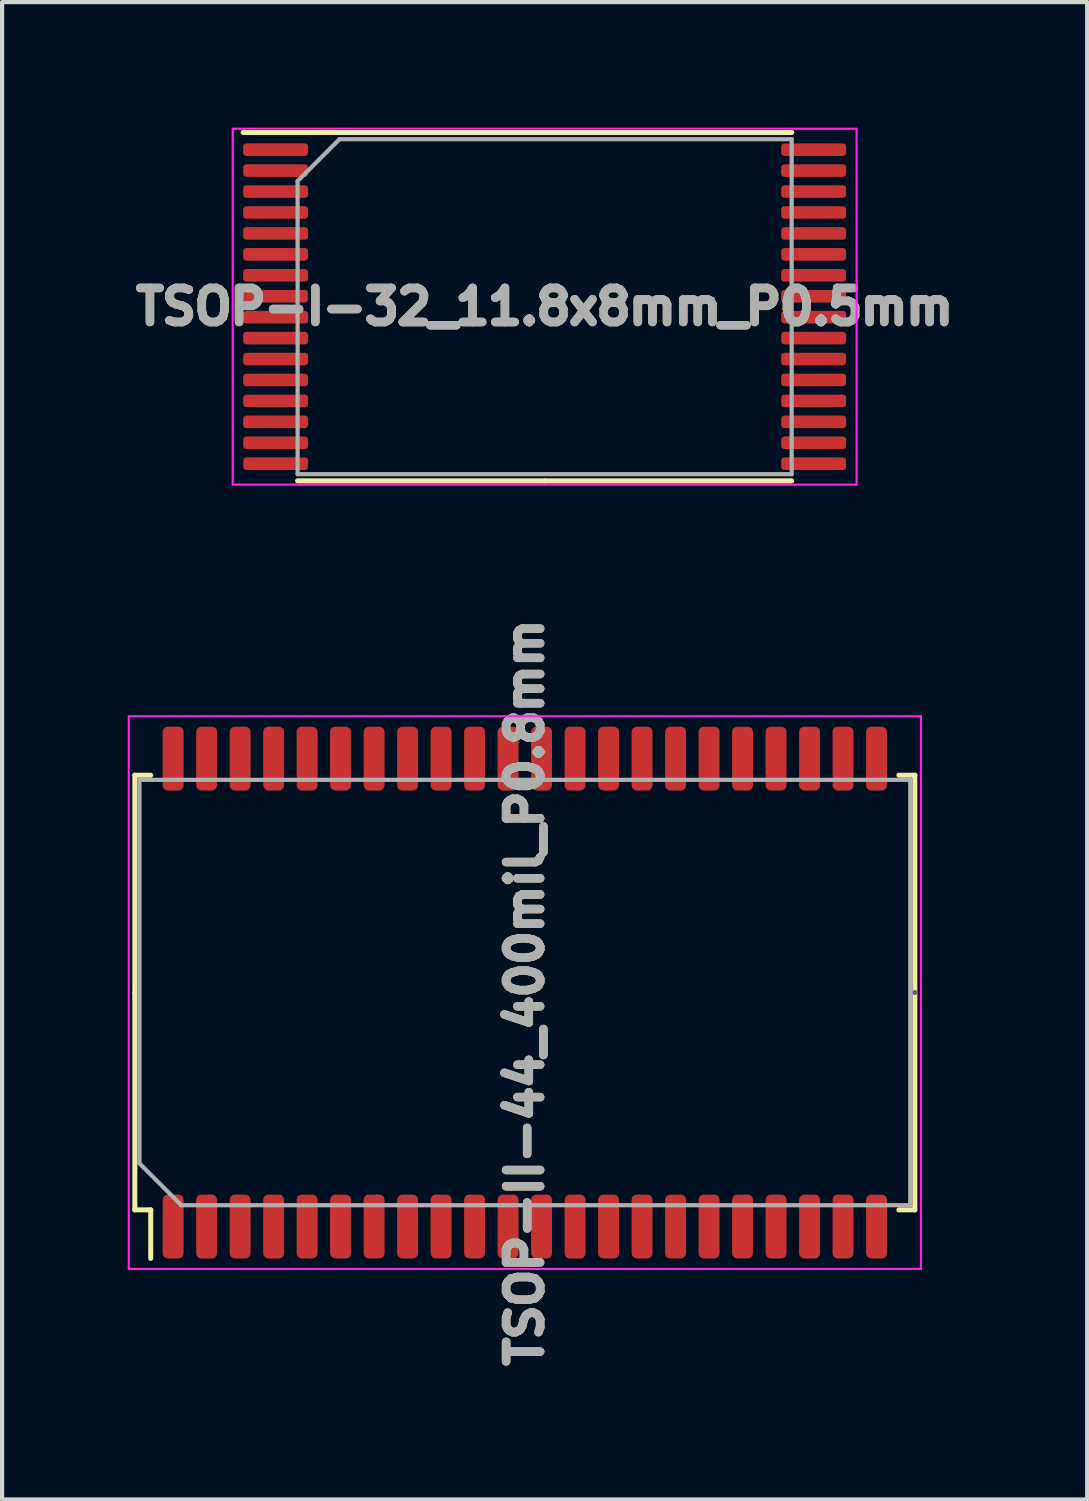
<source format=kicad_pcb>
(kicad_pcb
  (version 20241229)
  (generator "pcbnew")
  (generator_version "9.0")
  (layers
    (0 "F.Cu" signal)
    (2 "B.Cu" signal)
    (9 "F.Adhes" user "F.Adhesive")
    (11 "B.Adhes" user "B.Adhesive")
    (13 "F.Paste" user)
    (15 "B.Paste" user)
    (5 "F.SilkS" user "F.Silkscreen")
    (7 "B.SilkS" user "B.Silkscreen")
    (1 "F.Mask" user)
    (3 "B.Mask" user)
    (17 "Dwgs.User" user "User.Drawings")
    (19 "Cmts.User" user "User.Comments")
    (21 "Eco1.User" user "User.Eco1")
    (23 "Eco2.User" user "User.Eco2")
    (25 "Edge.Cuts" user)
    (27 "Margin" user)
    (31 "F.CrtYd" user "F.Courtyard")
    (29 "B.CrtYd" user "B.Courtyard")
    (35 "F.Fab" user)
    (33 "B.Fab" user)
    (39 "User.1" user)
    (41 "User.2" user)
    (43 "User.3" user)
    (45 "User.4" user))
  (footprint "TSOP-II-44_400mil_P0.8mm"
    (layer "F.Cu")
    (at 9.485 20.656)
    (property "Reference" "TSOP-II-44_400mil_P0.8mm" (at 0 0 90) (layer "F.Fab") (effects (font (size 0.813 0.813) (thickness 0.203))))
    (attr smd)
    (fp_line (start -9.315 -5.19) (end -8.935 -5.19) (stroke (width 0.12) (type solid)) (layer "F.SilkS"))
    (fp_line (start -9.315 0) (end -9.315 -5.19) (stroke (width 0.12) (type solid)) (layer "F.SilkS"))
    (fp_line (start -9.315 0) (end -9.315 5.19) (stroke (width 0.12) (type solid)) (layer "F.SilkS"))
    (fp_line (start -9.315 5.19) (end -8.935 5.19) (stroke (width 0.12) (type solid)) (layer "F.SilkS"))
    (fp_line (start -8.935 5.19) (end -8.935 6.35) (stroke (width 0.12) (type solid)) (layer "F.SilkS"))
    (fp_line (start 9.315 -5.19) (end 8.935 -5.19) (stroke (width 0.12) (type solid)) (layer "F.SilkS"))
    (fp_line (start 9.315 0) (end 9.315 -5.19) (stroke (width 0.12) (type solid)) (layer "F.SilkS"))
    (fp_line (start 9.315 0) (end 9.315 5.19) (stroke (width 0.12) (type solid)) (layer "F.SilkS"))
    (fp_line (start 9.315 5.19) (end 8.935 5.19) (stroke (width 0.12) (type solid)) (layer "F.SilkS"))
    (fp_line (start -9.46 -6.6) (end -9.46 6.6) (stroke (width 0.05) (type solid)) (layer "F.CrtYd"))
    (fp_line (start -9.46 6.6) (end 9.46 6.6) (stroke (width 0.05) (type solid)) (layer "F.CrtYd"))
    (fp_line (start 9.46 -6.6) (end -9.46 -6.6) (stroke (width 0.05) (type solid)) (layer "F.CrtYd"))
    (fp_line (start 9.46 6.6) (end 9.46 -6.6) (stroke (width 0.05) (type solid)) (layer "F.CrtYd"))
    (fp_line (start 9.315 0) (end 9.315 0) (stroke (width 0.12) (type solid)) (layer "B.Fab"))
    (fp_line (start -9.205 -5.08) (end 9.205 -5.08) (stroke (width 0.1) (type solid)) (layer "F.Fab"))
    (fp_line (start -9.205 4.08) (end -9.205 -5.08) (stroke (width 0.1) (type solid)) (layer "F.Fab"))
    (fp_line (start -8.205 5.08) (end -9.205 4.08) (stroke (width 0.1) (type solid)) (layer "F.Fab"))
    (fp_line (start 9.205 -5.08) (end 9.205 5.08) (stroke (width 0.1) (type solid)) (layer "F.Fab"))
    (fp_line (start 9.205 5.08) (end -8.205 5.08) (stroke (width 0.1) (type solid)) (layer "F.Fab"))
    (fp_text user "${REFERENCE}" (at 0 0 90) (layer "F.SilkS") (effects (font (size 0.813 0.813) (thickness 0.203))))
    (pad "1" smd roundrect (at -8.4 5.588 90) (size 1.525 0.5) (layers "F.Cu" "F.Mask" "F.Paste") (roundrect_rratio 0.25))
    (pad "2" smd roundrect (at -7.6 5.588 90) (size 1.525 0.5) (layers "F.Cu" "F.Mask" "F.Paste") (roundrect_rratio 0.25))
    (pad "3" smd roundrect (at -6.8 5.588 90) (size 1.525 0.5) (layers "F.Cu" "F.Mask" "F.Paste") (roundrect_rratio 0.25))
    (pad "4" smd roundrect (at -6 5.588 90) (size 1.525 0.5) (layers "F.Cu" "F.Mask" "F.Paste") (roundrect_rratio 0.25))
    (pad "5" smd roundrect (at -5.2 5.588 90) (size 1.525 0.5) (layers "F.Cu" "F.Mask" "F.Paste") (roundrect_rratio 0.25))
    (pad "6" smd roundrect (at -4.4 5.588 90) (size 1.525 0.5) (layers "F.Cu" "F.Mask" "F.Paste") (roundrect_rratio 0.25))
    (pad "7" smd roundrect (at -3.6 5.588 90) (size 1.525 0.5) (layers "F.Cu" "F.Mask" "F.Paste") (roundrect_rratio 0.25))
    (pad "8" smd roundrect (at -2.8 5.588 90) (size 1.525 0.5) (layers "F.Cu" "F.Mask" "F.Paste") (roundrect_rratio 0.25))
    (pad "9" smd roundrect (at -2 5.588 90) (size 1.525 0.5) (layers "F.Cu" "F.Mask" "F.Paste") (roundrect_rratio 0.25))
    (pad "10" smd roundrect (at -1.2 5.588 90) (size 1.525 0.5) (layers "F.Cu" "F.Mask" "F.Paste") (roundrect_rratio 0.25))
    (pad "11" smd roundrect (at -0.4 5.588 90) (size 1.525 0.5) (layers "F.Cu" "F.Mask" "F.Paste") (roundrect_rratio 0.25))
    (pad "12" smd roundrect (at 0.4 5.588 90) (size 1.525 0.5) (layers "F.Cu" "F.Mask" "F.Paste") (roundrect_rratio 0.25))
    (pad "13" smd roundrect (at 1.2 5.588 90) (size 1.525 0.5) (layers "F.Cu" "F.Mask" "F.Paste") (roundrect_rratio 0.25))
    (pad "14" smd roundrect (at 2 5.588 90) (size 1.525 0.5) (layers "F.Cu" "F.Mask" "F.Paste") (roundrect_rratio 0.25))
    (pad "15" smd roundrect (at 2.8 5.588 90) (size 1.525 0.5) (layers "F.Cu" "F.Mask" "F.Paste") (roundrect_rratio 0.25))
    (pad "16" smd roundrect (at 3.6 5.588 90) (size 1.525 0.5) (layers "F.Cu" "F.Mask" "F.Paste") (roundrect_rratio 0.25))
    (pad "17" smd roundrect (at 4.4 5.588 90) (size 1.525 0.5) (layers "F.Cu" "F.Mask" "F.Paste") (roundrect_rratio 0.25))
    (pad "18" smd roundrect (at 5.2 5.588 90) (size 1.525 0.5) (layers "F.Cu" "F.Mask" "F.Paste") (roundrect_rratio 0.25))
    (pad "19" smd roundrect (at 6 5.588 90) (size 1.525 0.5) (layers "F.Cu" "F.Mask" "F.Paste") (roundrect_rratio 0.25))
    (pad "20" smd roundrect (at 6.8 5.588 90) (size 1.525 0.5) (layers "F.Cu" "F.Mask" "F.Paste") (roundrect_rratio 0.25))
    (pad "21" smd roundrect (at 7.6 5.588 90) (size 1.525 0.5) (layers "F.Cu" "F.Mask" "F.Paste") (roundrect_rratio 0.25))
    (pad "22" smd roundrect (at 8.4 5.588 90) (size 1.525 0.5) (layers "F.Cu" "F.Mask" "F.Paste") (roundrect_rratio 0.25))
    (pad "23" smd roundrect (at 8.4 -5.588 90) (size 1.525 0.5) (layers "F.Cu" "F.Mask" "F.Paste") (roundrect_rratio 0.25))
    (pad "24" smd roundrect (at 7.6 -5.588 90) (size 1.525 0.5) (layers "F.Cu" "F.Mask" "F.Paste") (roundrect_rratio 0.25))
    (pad "25" smd roundrect (at 6.8 -5.588 90) (size 1.525 0.5) (layers "F.Cu" "F.Mask" "F.Paste") (roundrect_rratio 0.25))
    (pad "26" smd roundrect (at 6 -5.588 90) (size 1.525 0.5) (layers "F.Cu" "F.Mask" "F.Paste") (roundrect_rratio 0.25))
    (pad "27" smd roundrect (at 5.2 -5.588 90) (size 1.525 0.5) (layers "F.Cu" "F.Mask" "F.Paste") (roundrect_rratio 0.25))
    (pad "28" smd roundrect (at 4.4 -5.588 90) (size 1.525 0.5) (layers "F.Cu" "F.Mask" "F.Paste") (roundrect_rratio 0.25))
    (pad "29" smd roundrect (at 3.6 -5.588 90) (size 1.525 0.5) (layers "F.Cu" "F.Mask" "F.Paste") (roundrect_rratio 0.25))
    (pad "30" smd roundrect (at 2.8 -5.588 90) (size 1.525 0.5) (layers "F.Cu" "F.Mask" "F.Paste") (roundrect_rratio 0.25))
    (pad "31" smd roundrect (at 2 -5.588 90) (size 1.525 0.5) (layers "F.Cu" "F.Mask" "F.Paste") (roundrect_rratio 0.25))
    (pad "32" smd roundrect (at 1.2 -5.588 90) (size 1.525 0.5) (layers "F.Cu" "F.Mask" "F.Paste") (roundrect_rratio 0.25))
    (pad "33" smd roundrect (at 0.4 -5.588 90) (size 1.525 0.5) (layers "F.Cu" "F.Mask" "F.Paste") (roundrect_rratio 0.25))
    (pad "34" smd roundrect (at -0.4 -5.588 90) (size 1.525 0.5) (layers "F.Cu" "F.Mask" "F.Paste") (roundrect_rratio 0.25))
    (pad "35" smd roundrect (at -1.2 -5.588 90) (size 1.525 0.5) (layers "F.Cu" "F.Mask" "F.Paste") (roundrect_rratio 0.25))
    (pad "36" smd roundrect (at -2 -5.588 90) (size 1.525 0.5) (layers "F.Cu" "F.Mask" "F.Paste") (roundrect_rratio 0.25))
    (pad "37" smd roundrect (at -2.8 -5.588 90) (size 1.525 0.5) (layers "F.Cu" "F.Mask" "F.Paste") (roundrect_rratio 0.25))
    (pad "38" smd roundrect (at -3.6 -5.588 90) (size 1.525 0.5) (layers "F.Cu" "F.Mask" "F.Paste") (roundrect_rratio 0.25))
    (pad "39" smd roundrect (at -4.4 -5.588 90) (size 1.525 0.5) (layers "F.Cu" "F.Mask" "F.Paste") (roundrect_rratio 0.25))
    (pad "40" smd roundrect (at -5.2 -5.588 90) (size 1.525 0.5) (layers "F.Cu" "F.Mask" "F.Paste") (roundrect_rratio 0.25))
    (pad "41" smd roundrect (at -6 -5.588 90) (size 1.525 0.5) (layers "F.Cu" "F.Mask" "F.Paste") (roundrect_rratio 0.25))
    (pad "42" smd roundrect (at -6.8 -5.588 90) (size 1.525 0.5) (layers "F.Cu" "F.Mask" "F.Paste") (roundrect_rratio 0.25))
    (pad "43" smd roundrect (at -7.6 -5.588 90) (size 1.525 0.5) (layers "F.Cu" "F.Mask" "F.Paste") (roundrect_rratio 0.25))
    (pad "44" smd roundrect (at -8.4 -5.588 90) (size 1.525 0.5) (layers "F.Cu" "F.Mask" "F.Paste") (roundrect_rratio 0.25)))
  (footprint "TSOP-I-32_11.8x8mm_P0.5mm"
    (layer "F.Cu")
    (at 9.958 4.275)
    (property "Reference" "TSOP-I-32_11.8x8mm_P0.5mm" (at 0 0 0) (layer "F.Fab") (effects (font (size 0.813 0.813) (thickness 0.203))))
    (attr smd)
    (fp_line (start 0 -4.16) (end -7.2 -4.16) (stroke (width 0.12) (type solid)) (layer "F.SilkS"))
    (fp_line (start 0 -4.16) (end 5.9 -4.16) (stroke (width 0.12) (type solid)) (layer "F.SilkS"))
    (fp_line (start 0 4.16) (end -5.9 4.16) (stroke (width 0.12) (type solid)) (layer "F.SilkS"))
    (fp_line (start 0 4.16) (end 5.9 4.16) (stroke (width 0.12) (type solid)) (layer "F.SilkS"))
    (fp_line (start -7.45 -4.25) (end -7.45 4.25) (stroke (width 0.05) (type solid)) (layer "F.CrtYd"))
    (fp_line (start -7.45 4.25) (end 7.45 4.25) (stroke (width 0.05) (type solid)) (layer "F.CrtYd"))
    (fp_line (start 7.45 -4.25) (end -7.45 -4.25) (stroke (width 0.05) (type solid)) (layer "F.CrtYd"))
    (fp_line (start 7.45 4.25) (end 7.45 -4.25) (stroke (width 0.05) (type solid)) (layer "F.CrtYd"))
    (fp_line (start -5.9 -3) (end -4.9 -4) (stroke (width 0.1) (type solid)) (layer "F.Fab"))
    (fp_line (start -5.9 4) (end -5.9 -3) (stroke (width 0.1) (type solid)) (layer "F.Fab"))
    (fp_line (start -4.9 -4) (end 5.9 -4) (stroke (width 0.1) (type solid)) (layer "F.Fab"))
    (fp_line (start 5.9 -4) (end 5.9 4) (stroke (width 0.1) (type solid)) (layer "F.Fab"))
    (fp_line (start 5.9 4) (end -5.9 4) (stroke (width 0.1) (type solid)) (layer "F.Fab"))
    (fp_text user "${REFERENCE}" (at 0 0 0) (layer "F.SilkS") (effects (font (size 0.813 0.813) (thickness 0.203))))
    (pad "1" smd roundrect (at -6.425 -3.75) (size 1.55 0.3) (layers "F.Cu" "F.Mask" "F.Paste") (roundrect_rratio 0.25))
    (pad "2" smd roundrect (at -6.425 -3.25) (size 1.55 0.3) (layers "F.Cu" "F.Mask" "F.Paste") (roundrect_rratio 0.25))
    (pad "3" smd roundrect (at -6.425 -2.75) (size 1.55 0.3) (layers "F.Cu" "F.Mask" "F.Paste") (roundrect_rratio 0.25))
    (pad "4" smd roundrect (at -6.425 -2.25) (size 1.55 0.3) (layers "F.Cu" "F.Mask" "F.Paste") (roundrect_rratio 0.25))
    (pad "5" smd roundrect (at -6.425 -1.75) (size 1.55 0.3) (layers "F.Cu" "F.Mask" "F.Paste") (roundrect_rratio 0.25))
    (pad "6" smd roundrect (at -6.425 -1.25) (size 1.55 0.3) (layers "F.Cu" "F.Mask" "F.Paste") (roundrect_rratio 0.25))
    (pad "7" smd roundrect (at -6.425 -0.75) (size 1.55 0.3) (layers "F.Cu" "F.Mask" "F.Paste") (roundrect_rratio 0.25))
    (pad "8" smd roundrect (at -6.425 -0.25) (size 1.55 0.3) (layers "F.Cu" "F.Mask" "F.Paste") (roundrect_rratio 0.25))
    (pad "9" smd roundrect (at -6.425 0.25) (size 1.55 0.3) (layers "F.Cu" "F.Mask" "F.Paste") (roundrect_rratio 0.25))
    (pad "10" smd roundrect (at -6.425 0.75) (size 1.55 0.3) (layers "F.Cu" "F.Mask" "F.Paste") (roundrect_rratio 0.25))
    (pad "11" smd roundrect (at -6.425 1.25) (size 1.55 0.3) (layers "F.Cu" "F.Mask" "F.Paste") (roundrect_rratio 0.25))
    (pad "12" smd roundrect (at -6.425 1.75) (size 1.55 0.3) (layers "F.Cu" "F.Mask" "F.Paste") (roundrect_rratio 0.25))
    (pad "13" smd roundrect (at -6.425 2.25) (size 1.55 0.3) (layers "F.Cu" "F.Mask" "F.Paste") (roundrect_rratio 0.25))
    (pad "14" smd roundrect (at -6.425 2.75) (size 1.55 0.3) (layers "F.Cu" "F.Mask" "F.Paste") (roundrect_rratio 0.25))
    (pad "15" smd roundrect (at -6.425 3.25) (size 1.55 0.3) (layers "F.Cu" "F.Mask" "F.Paste") (roundrect_rratio 0.25))
    (pad "16" smd roundrect (at -6.425 3.75) (size 1.55 0.3) (layers "F.Cu" "F.Mask" "F.Paste") (roundrect_rratio 0.25))
    (pad "17" smd roundrect (at 6.425 3.75) (size 1.55 0.3) (layers "F.Cu" "F.Mask" "F.Paste") (roundrect_rratio 0.25))
    (pad "18" smd roundrect (at 6.425 3.25) (size 1.55 0.3) (layers "F.Cu" "F.Mask" "F.Paste") (roundrect_rratio 0.25))
    (pad "19" smd roundrect (at 6.425 2.75) (size 1.55 0.3) (layers "F.Cu" "F.Mask" "F.Paste") (roundrect_rratio 0.25))
    (pad "20" smd roundrect (at 6.425 2.25) (size 1.55 0.3) (layers "F.Cu" "F.Mask" "F.Paste") (roundrect_rratio 0.25))
    (pad "21" smd roundrect (at 6.425 1.75) (size 1.55 0.3) (layers "F.Cu" "F.Mask" "F.Paste") (roundrect_rratio 0.25))
    (pad "22" smd roundrect (at 6.425 1.25) (size 1.55 0.3) (layers "F.Cu" "F.Mask" "F.Paste") (roundrect_rratio 0.25))
    (pad "23" smd roundrect (at 6.425 0.75) (size 1.55 0.3) (layers "F.Cu" "F.Mask" "F.Paste") (roundrect_rratio 0.25))
    (pad "24" smd roundrect (at 6.425 0.25) (size 1.55 0.3) (layers "F.Cu" "F.Mask" "F.Paste") (roundrect_rratio 0.25))
    (pad "25" smd roundrect (at 6.425 -0.25) (size 1.55 0.3) (layers "F.Cu" "F.Mask" "F.Paste") (roundrect_rratio 0.25))
    (pad "26" smd roundrect (at 6.425 -0.75) (size 1.55 0.3) (layers "F.Cu" "F.Mask" "F.Paste") (roundrect_rratio 0.25))
    (pad "27" smd roundrect (at 6.425 -1.25) (size 1.55 0.3) (layers "F.Cu" "F.Mask" "F.Paste") (roundrect_rratio 0.25))
    (pad "28" smd roundrect (at 6.425 -1.75) (size 1.55 0.3) (layers "F.Cu" "F.Mask" "F.Paste") (roundrect_rratio 0.25))
    (pad "29" smd roundrect (at 6.425 -2.25) (size 1.55 0.3) (layers "F.Cu" "F.Mask" "F.Paste") (roundrect_rratio 0.25))
    (pad "30" smd roundrect (at 6.425 -2.75) (size 1.55 0.3) (layers "F.Cu" "F.Mask" "F.Paste") (roundrect_rratio 0.25))
    (pad "31" smd roundrect (at 6.425 -3.25) (size 1.55 0.3) (layers "F.Cu" "F.Mask" "F.Paste") (roundrect_rratio 0.25))
    (pad "32" smd roundrect (at 6.425 -3.75) (size 1.55 0.3) (layers "F.Cu" "F.Mask" "F.Paste") (roundrect_rratio 0.25)))
  (gr_rect
    (start -3 -3)
    (end 22.916 32.763)
    (stroke (width 0.1) (type default))
    (fill no)
    (layer "Edge.Cuts")))
</source>
